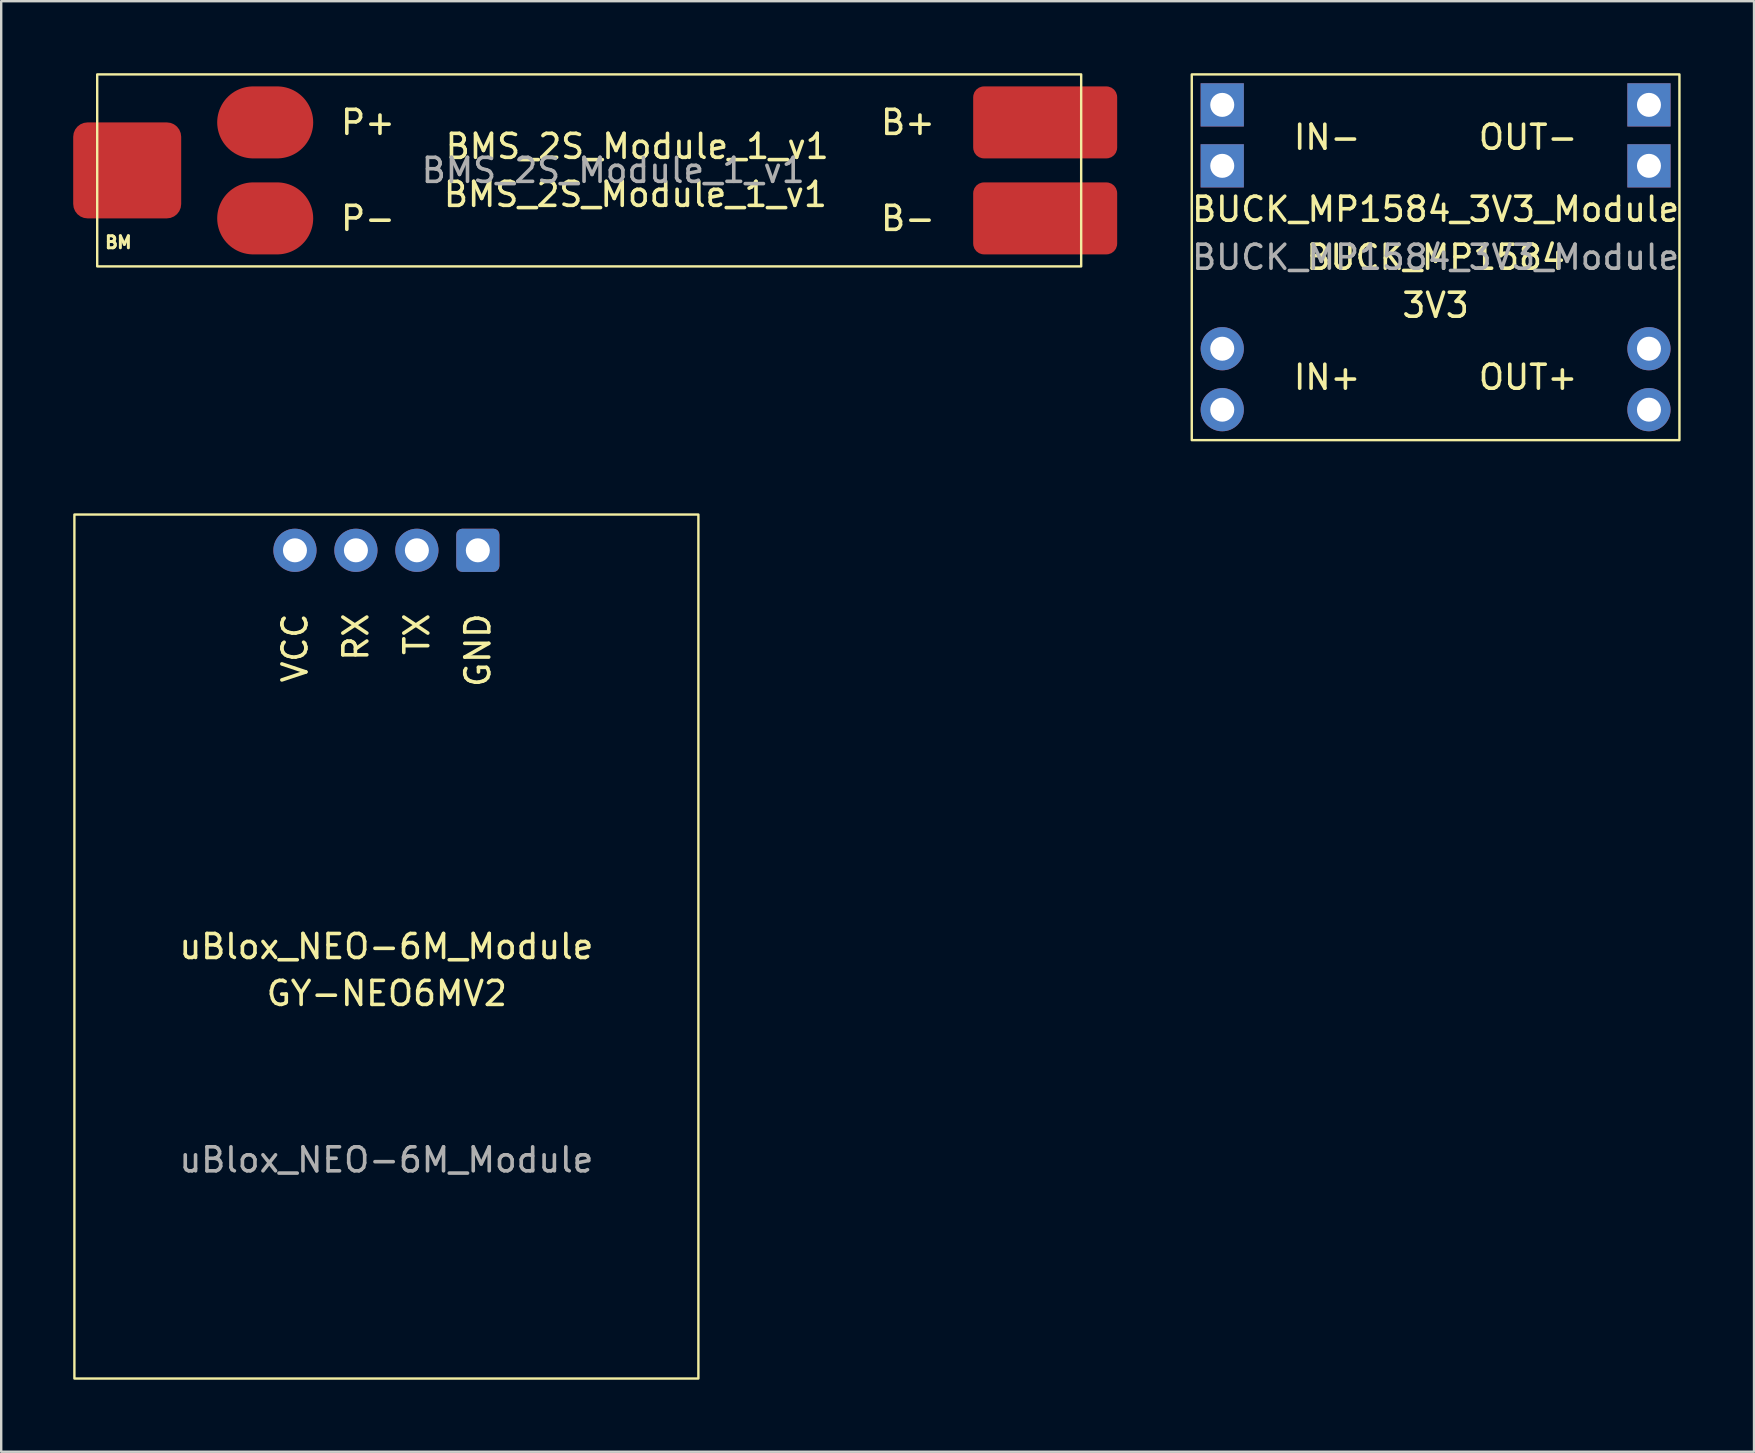
<source format=kicad_pcb>
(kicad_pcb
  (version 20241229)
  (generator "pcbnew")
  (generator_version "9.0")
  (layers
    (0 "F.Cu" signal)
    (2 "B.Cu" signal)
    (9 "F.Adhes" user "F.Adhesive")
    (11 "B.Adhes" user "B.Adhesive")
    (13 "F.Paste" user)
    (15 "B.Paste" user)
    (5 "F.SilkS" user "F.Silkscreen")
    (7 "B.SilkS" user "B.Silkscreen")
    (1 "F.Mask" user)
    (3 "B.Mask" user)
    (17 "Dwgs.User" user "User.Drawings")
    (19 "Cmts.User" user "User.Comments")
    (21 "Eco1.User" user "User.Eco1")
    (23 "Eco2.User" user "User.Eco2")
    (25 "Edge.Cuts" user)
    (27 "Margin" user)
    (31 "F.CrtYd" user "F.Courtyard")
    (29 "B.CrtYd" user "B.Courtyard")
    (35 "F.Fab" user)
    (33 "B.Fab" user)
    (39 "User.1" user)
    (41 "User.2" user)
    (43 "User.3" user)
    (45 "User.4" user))
  (footprint "uBlox_NEO-6M_Module"
    (layer "F.Cu")
    (at 13.05 36.39)
    (property "Reference" "uBlox_NEO-6M_Module" (at 0 0 0) (unlocked yes) (layer "F.SilkS") (effects (font (size 1 1) (thickness 0.15))))
    (attr smd)
    (fp_rect (start -13 -18) (end 13 18) (stroke (width 0.1) (type default)) (fill no) (layer "F.SilkS"))
    (fp_text user "GY-NEO6MV2" (at -5.08 2.54 0) (unlocked yes) (layer "F.SilkS") (effects (font (size 1 1) (thickness 0.15)) (justify left bottom)))
    (fp_text user "VCC" (at -3.81 -13.97 90) (unlocked yes) (layer "F.SilkS") (effects (font (size 1 1) (thickness 0.15)) (justify right)))
    (fp_text user "GND" (at 3.81 -13.97 90) (unlocked yes) (layer "F.SilkS") (effects (font (size 1 1) (thickness 0.15)) (justify right)))
    (fp_text user "RX" (at -1.27 -13.97 90) (unlocked yes) (layer "F.SilkS") (effects (font (size 1 1) (thickness 0.15)) (justify right)))
    (fp_text user "TX" (at 1.27 -13.97 90) (unlocked yes) (layer "F.SilkS") (effects (font (size 1 1) (thickness 0.15)) (justify right)))
    (fp_text user "${REFERENCE}" (at 0 8.89 0) (unlocked yes) (layer "F.Fab") (effects (font (size 1 1) (thickness 0.15))))
    (pad "1" thru_hole roundrect (at 3.81 -16.51) (size 1.8 1.8) (drill 1) (layers "*.Cu" "*.Mask") (roundrect_rratio 0.139))
    (pad "2" thru_hole circle (at -3.81 -16.51) (size 1.8 1.8) (drill 1) (layers "*.Cu" "*.Mask"))
    (pad "3" thru_hole circle (at -1.27 -16.51) (size 1.8 1.8) (drill 1) (layers "*.Cu" "*.Mask"))
    (pad "4" thru_hole circle (at 1.27 -16.51) (size 1.8 1.8) (drill 1) (layers "*.Cu" "*.Mask")))
  (footprint "BMS_2S_Module_1_v1"
    (layer "F.Cu")
    (at 21.5 4.05)
    (property "Reference" "BMS_2S_Module_1_v1" (at 2 -1 0) (unlocked yes) (layer "F.SilkS") (effects (font (size 1 1) (thickness 0.15))))
    (attr smd)
    (fp_rect (start -20.5 -4) (end 20.5 4) (stroke (width 0.1) (type solid)) (fill no) (layer "F.SilkS"))
    (fp_text user "P+" (at -8 -2 0) (unlocked yes) (layer "F.SilkS") (effects (font (size 1 1) (thickness 0.15)) (justify right)))
    (fp_text user "B+" (at 14.5 -2 0) (unlocked yes) (layer "F.SilkS") (effects (font (size 1 1) (thickness 0.15)) (justify right)))
    (fp_text user "BMS_2S_Module_1_v1" (at 10 1 0) (unlocked yes) (layer "F.SilkS") (effects (font (size 1 1) (thickness 0.15)) (justify right)))
    (fp_text user "BM" (at -19 3 0) (unlocked yes) (layer "F.SilkS") (effects (font (size 0.5 0.5) (thickness 0.15)) (justify right)))
    (fp_text user "B-" (at 14.5 2 0) (unlocked yes) (layer "F.SilkS") (effects (font (size 1 1) (thickness 0.15)) (justify right)))
    (fp_text user "P-" (at -8 2 0) (unlocked yes) (layer "F.SilkS") (effects (font (size 1 1) (thickness 0.15)) (justify right)))
    (fp_text user "${REFERENCE}" (at 1 0 0) (unlocked yes) (layer "F.Fab") (effects (font (size 1 1) (thickness 0.15))))
    (pad "1" smd oval (at -13.5 2) (size 4 3) (layers "F.Cu" "F.Mask" "F.Paste"))
    (pad "2" smd oval (at -13.5 -2) (size 4 3) (layers "F.Cu" "F.Mask" "F.Paste"))
    (pad "3" smd roundrect (at 19 2) (size 6 3) (layers "F.Cu" "F.Mask" "F.Paste") (roundrect_rratio 0.15))
    (pad "4" smd roundrect (at 19 -2) (size 6 3) (layers "F.Cu" "F.Mask" "F.Paste") (roundrect_rratio 0.15))
    (pad "5" smd roundrect (at -19.25 0 90) (size 4 4.5) (layers "F.Cu" "F.Mask" "F.Paste") (roundrect_rratio 0.15)))
  (footprint "BUCK_MP1584_3V3_Module"
    (layer "F.Cu")
    (at 56.768 7.67)
    (property "Reference" "BUCK_MP1584_3V3_Module" (at 0 -2 0) (unlocked yes) (layer "F.SilkS") (effects (font (size 1 1) (thickness 0.15))))
    (attr smd)
    (fp_rect (start -10.16 -7.62) (end 10.16 7.62) (stroke (width 0.1) (type default)) (fill no) (layer "F.SilkS"))
    (fp_text user "BUCK_MP1584" (at 0 0 0) (unlocked yes) (layer "F.SilkS") (effects (font (size 1 1) (thickness 0.15))))
    (fp_text user "IN-" (at -6 -5 0) (unlocked yes) (layer "F.SilkS") (effects (font (size 1 1) (thickness 0.15)) (justify left)))
    (fp_text user "OUT+" (at 6 5 0) (unlocked yes) (layer "F.SilkS") (effects (font (size 1 1) (thickness 0.15)) (justify right)))
    (fp_text user "3V3" (at 0 2 0) (unlocked yes) (layer "F.SilkS") (effects (font (size 1 1) (thickness 0.15))))
    (fp_text user "IN+" (at -6 5 0) (unlocked yes) (layer "F.SilkS") (effects (font (size 1 1) (thickness 0.15)) (justify left)))
    (fp_text user "OUT-" (at 6 -5 0) (unlocked yes) (layer "F.SilkS") (effects (font (size 1 1) (thickness 0.15)) (justify right)))
    (fp_text user "${REFERENCE}" (at 0 0 0) (unlocked yes) (layer "F.Fab") (effects (font (size 1 1) (thickness 0.15))))
    (pad "1" thru_hole circle (at -8.89 3.81) (size 1.8 1.8) (drill 1) (layers "*.Cu" "*.Mask"))
    (pad "1" thru_hole circle (at -8.89 6.35) (size 1.8 1.8) (drill 1) (layers "*.Cu" "*.Mask"))
    (pad "2" thru_hole rect (at -8.89 -6.35) (size 1.8 1.8) (drill 1) (layers "*.Cu" "*.Mask"))
    (pad "2" thru_hole rect (at -8.89 -3.81) (size 1.8 1.8) (drill 1) (layers "*.Cu" "*.Mask"))
    (pad "3" thru_hole circle (at 8.89 3.81) (size 1.8 1.8) (drill 1) (layers "*.Cu" "*.Mask"))
    (pad "3" thru_hole circle (at 8.89 6.35) (size 1.8 1.8) (drill 1) (layers "*.Cu" "*.Mask"))
    (pad "4" thru_hole rect (at 8.89 -6.35) (size 1.8 1.8) (drill 1) (layers "*.Cu" "*.Mask"))
    (pad "4" thru_hole rect (at 8.89 -3.81) (size 1.8 1.8) (drill 1) (layers "*.Cu" "*.Mask")))
  (gr_rect
    (start -3 -3)
    (end 70.036 57.44)
    (stroke (width 0.1) (type default))
    (fill no)
    (layer "Edge.Cuts")))
</source>
